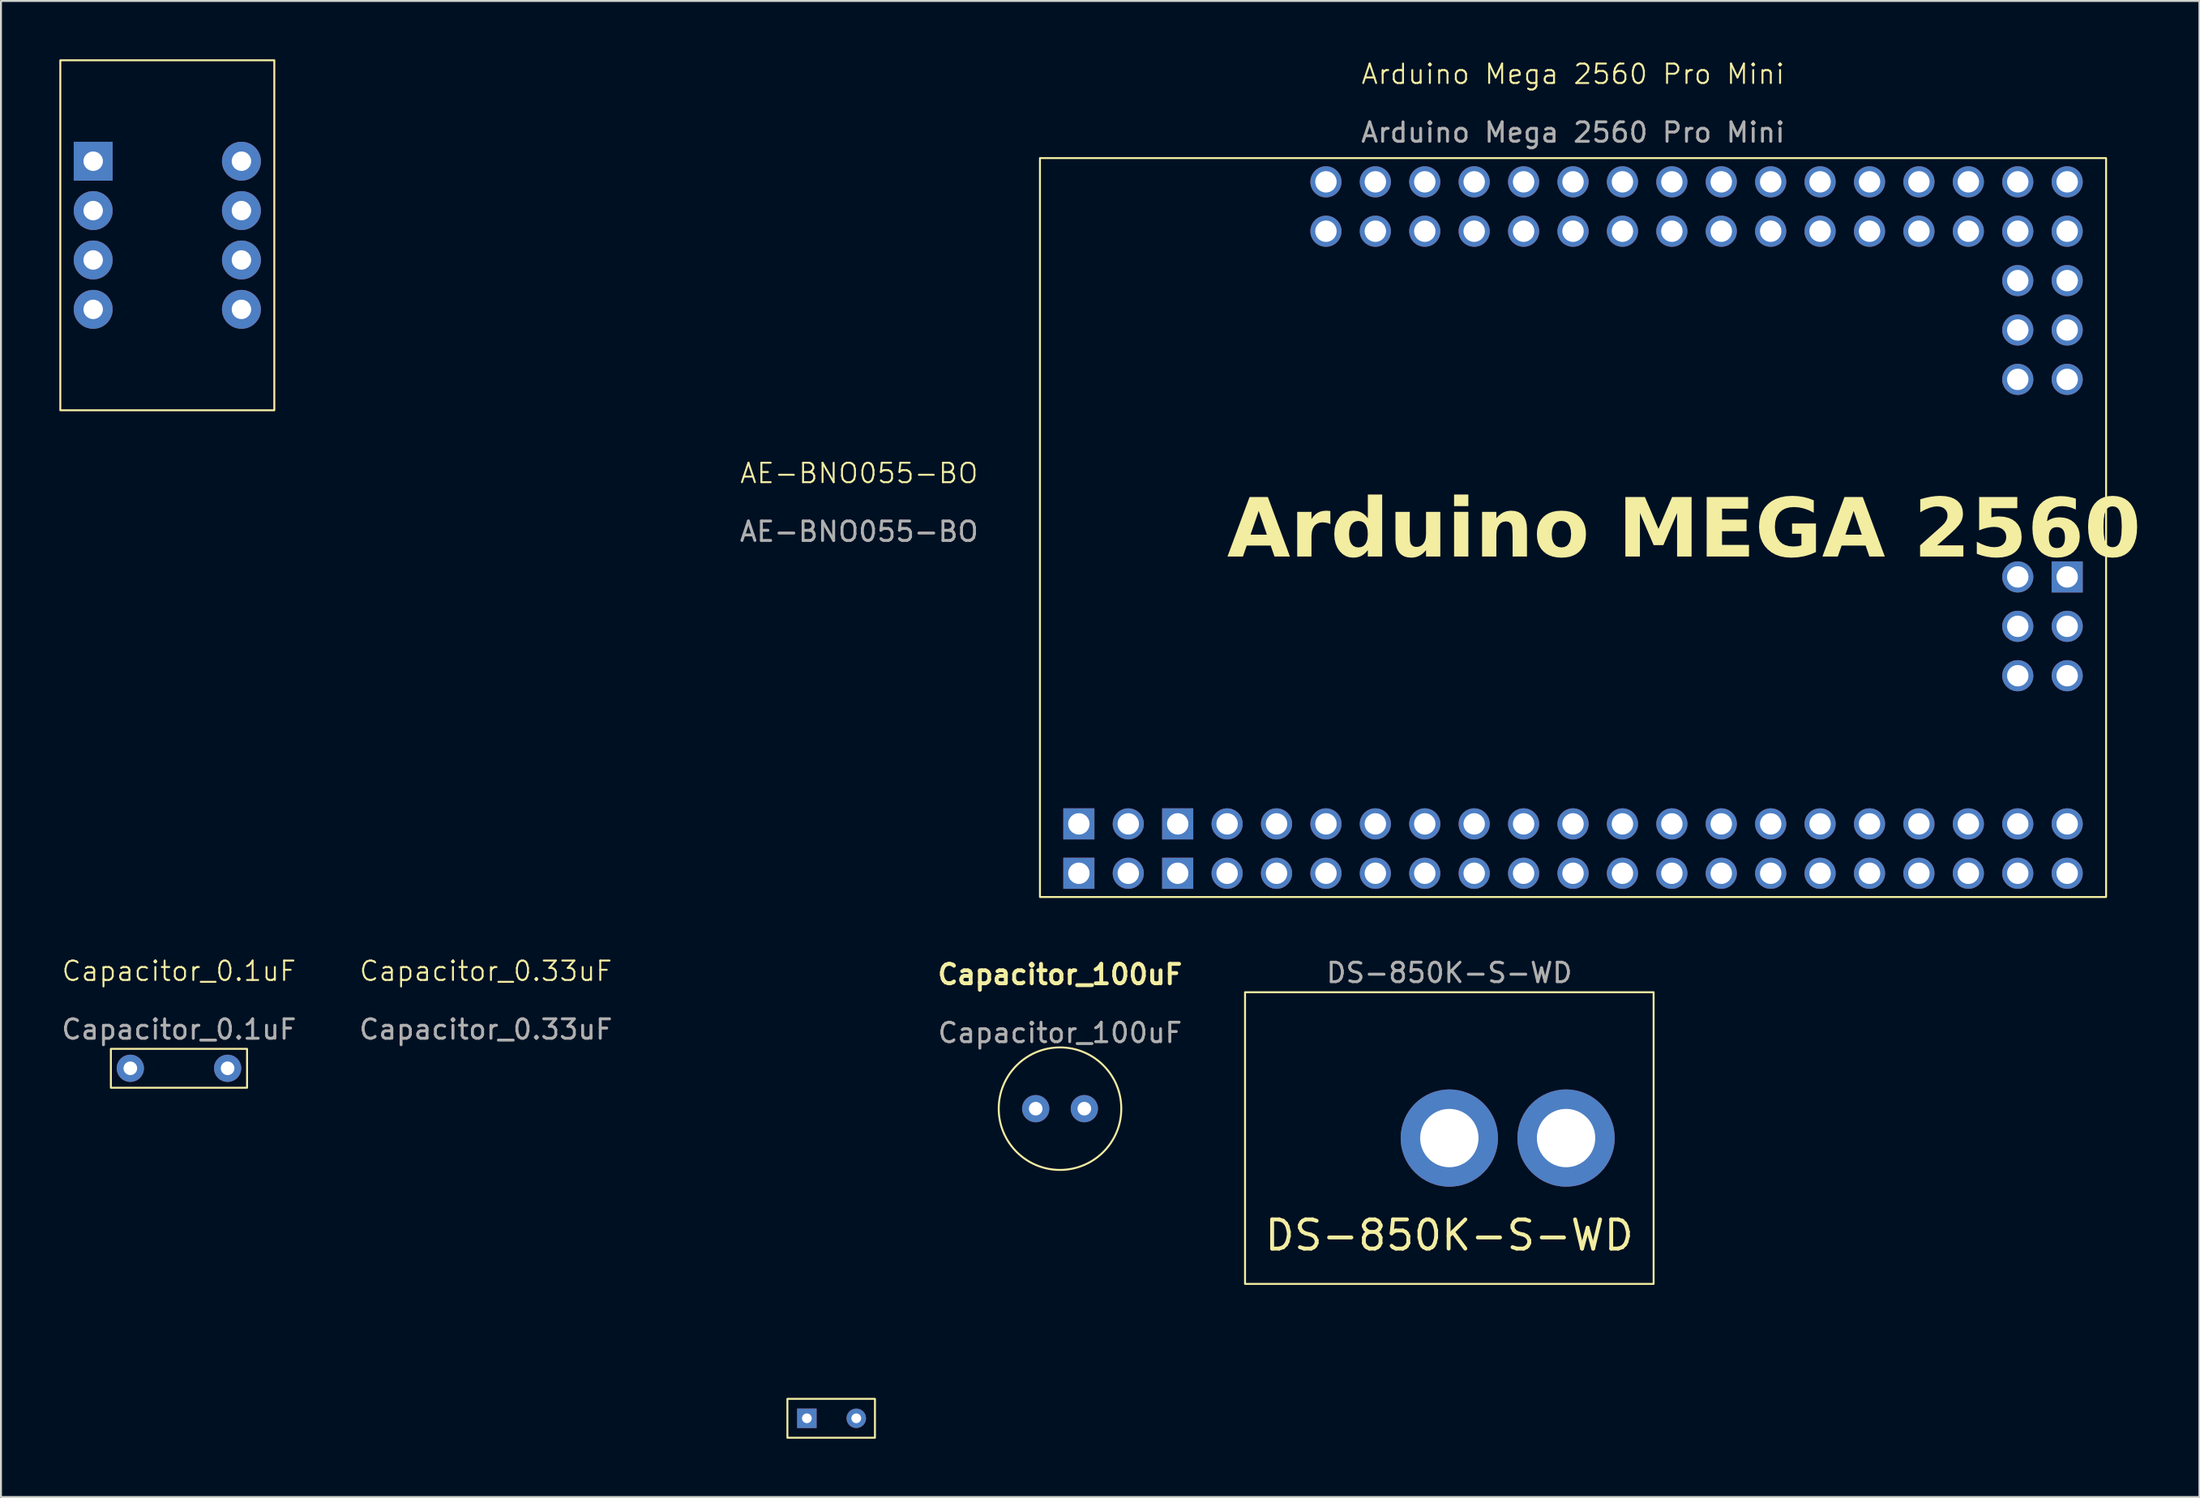
<source format=kicad_pcb>
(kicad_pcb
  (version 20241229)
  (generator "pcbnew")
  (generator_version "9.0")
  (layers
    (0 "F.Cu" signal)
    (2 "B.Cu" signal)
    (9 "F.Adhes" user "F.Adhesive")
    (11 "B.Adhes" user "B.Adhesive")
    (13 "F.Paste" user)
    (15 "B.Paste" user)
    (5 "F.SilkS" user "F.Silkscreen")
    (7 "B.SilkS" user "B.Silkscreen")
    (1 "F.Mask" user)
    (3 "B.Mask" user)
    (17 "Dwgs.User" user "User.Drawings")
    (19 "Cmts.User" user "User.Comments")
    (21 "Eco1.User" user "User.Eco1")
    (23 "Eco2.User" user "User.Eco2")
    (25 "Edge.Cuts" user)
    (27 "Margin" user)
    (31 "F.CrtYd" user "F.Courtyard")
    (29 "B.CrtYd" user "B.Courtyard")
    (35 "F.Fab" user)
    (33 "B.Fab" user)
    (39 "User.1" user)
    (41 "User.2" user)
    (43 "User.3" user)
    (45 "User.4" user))
  (footprint "AE-BNO055-BO"
    (layer "F.Cu")
    (at 5.55 9.05)
    (property "Reference" "AE-BNO055-BO" (at 35.56 12.24 0) (unlocked yes) (layer "F.SilkS") (effects (font (size 1 1) (thickness 0.1))))
    (attr through_hole)
    (fp_rect (start -5.5 9) (end 5.5 -9) (stroke (width 0.1) (type solid)) (fill no) (layer "F.SilkS"))
    (fp_text user "${REFERENCE}" (at 35.56 15.24 0) (unlocked yes) (layer "F.Fab") (effects (font (size 1 1) (thickness 0.15))))
    (pad "1" thru_hole rect (at -3.81 -3.81) (size 2 2) (drill 1) (layers "*.Cu" "*.Mask"))
    (pad "2" thru_hole circle (at -3.81 -1.27) (size 2 2) (drill 1) (layers "*.Cu" "*.Mask"))
    (pad "3" thru_hole circle (at -3.81 1.27) (size 2 2) (drill 1) (layers "*.Cu" "*.Mask"))
    (pad "4" thru_hole circle (at -3.81 3.81) (size 2 2) (drill 1) (layers "*.Cu" "*.Mask"))
    (pad "5" thru_hole circle (at 3.81 3.81) (size 2 2) (drill 1) (layers "*.Cu" "*.Mask"))
    (pad "6" thru_hole circle (at 3.81 1.27) (size 2 2) (drill 1) (layers "*.Cu" "*.Mask"))
    (pad "7" thru_hole circle (at 3.81 -1.27) (size 2 2) (drill 1) (layers "*.Cu" "*.Mask"))
    (pad "8" thru_hole circle (at 3.81 -3.81) (size 2 2) (drill 1) (layers "*.Cu" "*.Mask")))
  (footprint "DS-850K-S-WD"
    (layer "F.Cu")
    (at 71.446 55.479)
    (property "Reference" "DS-850K-S-WD" (at 0 5 0) (unlocked yes) (layer "F.SilkS") (effects (font (size 1.5 1.5) (thickness 0.2) (bold yes))))
    (attr through_hole)
    (fp_rect (start -10.5 7.5) (end 10.5 -7.5) (stroke (width 0.1) (type default)) (fill no) (layer "F.SilkS"))
    (fp_text user "${REFERENCE}" (at 0 -8.5 0) (unlocked yes) (layer "F.Fab") (effects (font (size 1 1) (thickness 0.15))))
    (pad "1" thru_hole circle (at 0 0) (size 5 5) (drill 3) (layers "*.Cu" "*.Mask"))
    (pad "2" thru_hole circle (at 6 0) (size 5 5) (drill 3) (layers "*.Cu" "*.Mask")))
  (footprint "Arduino Mega 2560 Pro Mini"
    (layer "F.Cu")
    (at 77.804 24.081)
    (property "Reference" "Arduino Mega 2560 Pro Mini" (at 0 -23.32 0) (unlocked yes) (layer "F.SilkS") (effects (font (size 1 1) (thickness 0.1))))
    (attr through_hole)
    (fp_rect (start -27.4 19) (end 27.4 -19) (stroke (width 0.1) (type default)) (fill no) (layer "F.SilkS"))
    (fp_text user "Arduino MEGA 2560" (at -17.78 2 0) (unlocked yes) (layer "F.SilkS") (effects (font (face "Calibri") (size 3 3) (thickness 0.2) (bold yes)) (justify left bottom)))
    (fp_text user "${REFERENCE}" (at 0 -20.32 0) (unlocked yes) (layer "F.Fab") (effects (font (size 1 1) (thickness 0.15))))
    (pad "1" thru_hole circle (at -7.62 15.24) (size 1.6 1.6) (drill 1.1) (layers "*.Cu" "*.Mask"))
    (pad "2" thru_hole circle (at -12.7 15.24) (size 1.6 1.6) (drill 1.1) (layers "*.Cu" "*.Mask"))
    (pad "3" thru_hole circle (at -12.7 17.78) (size 1.6 1.6) (drill 1.1) (layers "*.Cu" "*.Mask"))
    (pad "5" thru_hole circle (at -7.62 17.78) (size 1.6 1.6) (drill 1.1) (layers "*.Cu" "*.Mask"))
    (pad "6" thru_hole circle (at -10.16 15.24) (size 1.6 1.6) (drill 1.1) (layers "*.Cu" "*.Mask"))
    (pad "7" thru_hole circle (at -10.16 17.78) (size 1.6 1.6) (drill 1.1) (layers "*.Cu" "*.Mask"))
    (pad "12" thru_hole circle (at 7.62 17.78) (size 1.6 1.6) (drill 1.1) (layers "*.Cu" "*.Mask"))
    (pad "13" thru_hole circle (at 7.62 15.24) (size 1.6 1.6) (drill 1.1) (layers "*.Cu" "*.Mask"))
    (pad "15" thru_hole circle (at -5.08 15.24) (size 1.6 1.6) (drill 1.1) (layers "*.Cu" "*.Mask"))
    (pad "16" thru_hole circle (at -5.08 17.78) (size 1.6 1.6) (drill 1.1) (layers "*.Cu" "*.Mask"))
    (pad "17" thru_hole circle (at -2.54 15.24) (size 1.6 1.6) (drill 1.1) (layers "*.Cu" "*.Mask"))
    (pad "18" thru_hole circle (at -2.54 17.78) (size 1.6 1.6) (drill 1.1) (layers "*.Cu" "*.Mask"))
    (pad "19" thru_hole circle (at 22.86 -7.62 90) (size 1.6 1.6) (drill 1.1) (layers "*.Cu" "*.Mask"))
    (pad "20" thru_hole circle (at 22.86 5.08) (size 1.6 1.6) (drill 1.1) (layers "*.Cu" "*.Mask"))
    (pad "20" thru_hole circle (at 25.4 -7.62 90) (size 1.6 1.6) (drill 1.1) (layers "*.Cu" "*.Mask"))
    (pad "21" thru_hole circle (at 22.86 -10.16 90) (size 1.6 1.6) (drill 1.1) (layers "*.Cu" "*.Mask"))
    (pad "21" thru_hole circle (at 25.4 5.08) (size 1.6 1.6) (drill 1.1) (layers "*.Cu" "*.Mask"))
    (pad "22" thru_hole circle (at 22.86 2.54) (size 1.6 1.6) (drill 1.1) (layers "*.Cu" "*.Mask"))
    (pad "22" thru_hole circle (at 25.4 -10.16 90) (size 1.6 1.6) (drill 1.1) (layers "*.Cu" "*.Mask"))
    (pad "23" thru_hole circle (at 0 15.24) (size 1.6 1.6) (drill 1.1) (layers "*.Cu" "*.Mask"))
    (pad "24" thru_hole circle (at 0 17.78) (size 1.6 1.6) (drill 1.1) (layers "*.Cu" "*.Mask"))
    (pad "25" thru_hole circle (at 2.54 15.24) (size 1.6 1.6) (drill 1.1) (layers "*.Cu" "*.Mask"))
    (pad "26" thru_hole circle (at 2.54 17.78) (size 1.6 1.6) (drill 1.1) (layers "*.Cu" "*.Mask"))
    (pad "30" thru_hole circle (at 22.86 7.62) (size 1.6 1.6) (drill 1.1) (layers "*.Cu" "*.Mask"))
    (pad "35" thru_hole circle (at 22.86 -12.7 90) (size 1.6 1.6) (drill 1.1) (layers "*.Cu" "*.Mask"))
    (pad "36" thru_hole circle (at 25.4 -12.7 90) (size 1.6 1.6) (drill 1.1) (layers "*.Cu" "*.Mask"))
    (pad "37" thru_hole circle (at 25.4 -15.24) (size 1.6 1.6) (drill 1.1) (layers "*.Cu" "*.Mask"))
    (pad "38" thru_hole circle (at 25.4 -17.78) (size 1.6 1.6) (drill 1.1) (layers "*.Cu" "*.Mask"))
    (pad "39" thru_hole circle (at 22.86 -15.24) (size 1.6 1.6) (drill 1.1) (layers "*.Cu" "*.Mask"))
    (pad "40" thru_hole circle (at 22.86 -17.78) (size 1.6 1.6) (drill 1.1) (layers "*.Cu" "*.Mask"))
    (pad "41" thru_hole circle (at 20.32 -15.24) (size 1.6 1.6) (drill 1.1) (layers "*.Cu" "*.Mask"))
    (pad "42" thru_hole circle (at 20.32 -17.78) (size 1.6 1.6) (drill 1.1) (layers "*.Cu" "*.Mask"))
    (pad "43" thru_hole circle (at 12.7 17.78) (size 1.6 1.6) (drill 1.1) (layers "*.Cu" "*.Mask"))
    (pad "44" thru_hole circle (at 12.7 15.24) (size 1.6 1.6) (drill 1.1) (layers "*.Cu" "*.Mask"))
    (pad "45" thru_hole circle (at 10.16 17.78) (size 1.6 1.6) (drill 1.1) (layers "*.Cu" "*.Mask"))
    (pad "46" thru_hole circle (at 10.16 15.24) (size 1.6 1.6) (drill 1.1) (layers "*.Cu" "*.Mask"))
    (pad "50" thru_hole circle (at 15.24 -17.78) (size 1.6 1.6) (drill 1.1) (layers "*.Cu" "*.Mask"))
    (pad "51" thru_hole circle (at 17.78 -15.24) (size 1.6 1.6) (drill 1.1) (layers "*.Cu" "*.Mask"))
    (pad "52" thru_hole circle (at 17.78 -17.78) (size 1.6 1.6) (drill 1.1) (layers "*.Cu" "*.Mask"))
    (pad "53" thru_hole circle (at 12.7 -15.24) (size 1.6 1.6) (drill 1.1) (layers "*.Cu" "*.Mask"))
    (pad "54" thru_hole circle (at 12.7 -17.78) (size 1.6 1.6) (drill 1.1) (layers "*.Cu" "*.Mask"))
    (pad "55" thru_hole circle (at 10.16 -15.24) (size 1.6 1.6) (drill 1.1) (layers "*.Cu" "*.Mask"))
    (pad "56" thru_hole circle (at 10.16 -17.78) (size 1.6 1.6) (drill 1.1) (layers "*.Cu" "*.Mask"))
    (pad "57" thru_hole circle (at 7.62 -15.24) (size 1.6 1.6) (drill 1.1) (layers "*.Cu" "*.Mask"))
    (pad "58" thru_hole circle (at 7.62 -17.78) (size 1.6 1.6) (drill 1.1) (layers "*.Cu" "*.Mask"))
    (pad "59" thru_hole circle (at 25.4 17.78) (size 1.6 1.6) (drill 1.1) (layers "*.Cu" "*.Mask"))
    (pad "60" thru_hole circle (at 25.4 15.24) (size 1.6 1.6) (drill 1.1) (layers "*.Cu" "*.Mask"))
    (pad "63" thru_hole circle (at 5.08 17.78) (size 1.6 1.6) (drill 1.1) (layers "*.Cu" "*.Mask"))
    (pad "64" thru_hole circle (at 5.08 15.24) (size 1.6 1.6) (drill 1.1) (layers "*.Cu" "*.Mask"))
    (pad "70" thru_hole circle (at 15.24 -15.24) (size 1.6 1.6) (drill 1.1) (layers "*.Cu" "*.Mask"))
    (pad "71" thru_hole circle (at 22.86 17.78) (size 1.6 1.6) (drill 1.1) (layers "*.Cu" "*.Mask"))
    (pad "72" thru_hole circle (at 22.86 15.24) (size 1.6 1.6) (drill 1.1) (layers "*.Cu" "*.Mask"))
    (pad "73" thru_hole circle (at 20.32 17.78) (size 1.6 1.6) (drill 1.1) (layers "*.Cu" "*.Mask"))
    (pad "74" thru_hole circle (at 20.32 15.24) (size 1.6 1.6) (drill 1.1) (layers "*.Cu" "*.Mask"))
    (pad "75" thru_hole circle (at 17.78 17.78) (size 1.6 1.6) (drill 1.1) (layers "*.Cu" "*.Mask"))
    (pad "76" thru_hole circle (at 17.78 15.24) (size 1.6 1.6) (drill 1.1) (layers "*.Cu" "*.Mask"))
    (pad "77" thru_hole circle (at 15.24 17.78) (size 1.6 1.6) (drill 1.1) (layers "*.Cu" "*.Mask"))
    (pad "78" thru_hole circle (at 15.24 15.24) (size 1.6 1.6) (drill 1.1) (layers "*.Cu" "*.Mask"))
    (pad "82" thru_hole circle (at 5.08 -15.24) (size 1.6 1.6) (drill 1.1) (layers "*.Cu" "*.Mask"))
    (pad "83" thru_hole circle (at 5.08 -17.78) (size 1.6 1.6) (drill 1.1) (layers "*.Cu" "*.Mask"))
    (pad "84" thru_hole circle (at 2.54 -15.24) (size 1.6 1.6) (drill 1.1) (layers "*.Cu" "*.Mask"))
    (pad "85" thru_hole circle (at 2.54 -17.78) (size 1.6 1.6) (drill 1.1) (layers "*.Cu" "*.Mask"))
    (pad "86" thru_hole circle (at 0 -15.24) (size 1.6 1.6) (drill 1.1) (layers "*.Cu" "*.Mask"))
    (pad "87" thru_hole circle (at 0 -17.78) (size 1.6 1.6) (drill 1.1) (layers "*.Cu" "*.Mask"))
    (pad "88" thru_hole circle (at -2.54 -15.24) (size 1.6 1.6) (drill 1.1) (layers "*.Cu" "*.Mask"))
    (pad "89" thru_hole circle (at -2.54 -17.78) (size 1.6 1.6) (drill 1.1) (layers "*.Cu" "*.Mask"))
    (pad "90" thru_hole circle (at -5.08 -15.24) (size 1.6 1.6) (drill 1.1) (layers "*.Cu" "*.Mask"))
    (pad "91" thru_hole circle (at -5.08 -17.78) (size 1.6 1.6) (drill 1.1) (layers "*.Cu" "*.Mask"))
    (pad "92" thru_hole circle (at -7.62 -15.24) (size 1.6 1.6) (drill 1.1) (layers "*.Cu" "*.Mask"))
    (pad "93" thru_hole circle (at -7.62 -17.78) (size 1.6 1.6) (drill 1.1) (layers "*.Cu" "*.Mask"))
    (pad "94" thru_hole circle (at -10.16 -15.24) (size 1.6 1.6) (drill 1.1) (layers "*.Cu" "*.Mask"))
    (pad "95" thru_hole circle (at -10.16 -17.78) (size 1.6 1.6) (drill 1.1) (layers "*.Cu" "*.Mask"))
    (pad "96" thru_hole circle (at -12.7 -15.24) (size 1.6 1.6) (drill 1.1) (layers "*.Cu" "*.Mask"))
    (pad "97" thru_hole circle (at -12.7 -17.78) (size 1.6 1.6) (drill 1.1) (layers "*.Cu" "*.Mask"))
    (pad "100" thru_hole rect (at -25.4 17.78) (size 1.6 1.6) (drill 1.1) (layers "*.Cu" "*.Mask"))
    (pad "101" thru_hole circle (at -22.86 17.78) (size 1.6 1.6) (drill 1.1) (layers "*.Cu" "*.Mask"))
    (pad "102" thru_hole rect (at -20.32 17.78) (size 1.6 1.6) (drill 1.1) (layers "*.Cu" "*.Mask"))
    (pad "103" thru_hole circle (at -17.78 17.78) (size 1.6 1.6) (drill 1.1) (layers "*.Cu" "*.Mask"))
    (pad "104" thru_hole circle (at -15.24 17.78) (size 1.6 1.6) (drill 1.1) (layers "*.Cu" "*.Mask"))
    (pad "105" thru_hole rect (at -25.4 15.24) (size 1.6 1.6) (drill 1.1) (layers "*.Cu" "*.Mask"))
    (pad "106" thru_hole circle (at -22.86 15.24) (size 1.6 1.6) (drill 1.1) (layers "*.Cu" "*.Mask"))
    (pad "107" thru_hole rect (at -20.32 15.24) (size 1.6 1.6) (drill 1.1) (layers "*.Cu" "*.Mask"))
    (pad "108" thru_hole circle (at -17.78 15.24) (size 1.6 1.6) (drill 1.1) (layers "*.Cu" "*.Mask"))
    (pad "109" thru_hole circle (at -15.24 15.24) (size 1.6 1.6) (drill 1.1) (layers "*.Cu" "*.Mask"))
    (pad "110" thru_hole circle (at 25.4 7.62) (size 1.6 1.6) (drill 1.1) (layers "*.Cu" "*.Mask"))
    (pad "111" thru_hole rect (at 25.4 2.54) (size 1.6 1.6) (drill 1.1) (layers "*.Cu" "*.Mask")))
  (footprint "Capacitor_100uF"
    (layer "F.Cu")
    (at 51.435 53.967)
    (property "Reference" "Capacitor_100uF" (at 0 -6.9 0) (unlocked yes) (layer "F.SilkS") (effects (font (size 1 1) (thickness 0.2) (bold yes))))
    (attr through_hole)
    (fp_circle (center 0 0) (end 3.15 0) (stroke (width 0.1) (type default)) (fill no) (layer "F.SilkS"))
    (fp_text user "${REFERENCE}" (at 0 -3.9 0) (unlocked yes) (layer "F.Fab") (effects (font (size 1 1) (thickness 0.15))))
    (pad "1" thru_hole circle (at -1.25 0) (size 1.4 1.4) (drill 0.7) (layers "*.Cu" "*.Mask"))
    (pad "2" thru_hole circle (at 1.25 0) (size 1.4 1.4) (drill 0.7) (layers "*.Cu" "*.Mask")))
  (footprint "Capacitor_0.33uF"
    (layer "F.Cu")
    (at 38.423 69.891)
    (property "Reference" "Capacitor_0.33uF" (at -16.5 -23 0) (unlocked yes) (layer "F.SilkS") (effects (font (size 1 1) (thickness 0.1))))
    (attr through_hole)
    (fp_rect (start -1 1) (end 3.5 -1) (stroke (width 0.1) (type default)) (fill no) (layer "F.SilkS"))
    (fp_text user "${REFERENCE}" (at -16.5 -20 0) (unlocked yes) (layer "F.Fab") (effects (font (size 1 1) (thickness 0.15))))
    (pad "1" thru_hole rect (at 0 0 90) (size 1 1) (drill 0.5) (layers "*.Cu" "*.Mask"))
    (pad "2" thru_hole circle (at 2.54 0 90) (size 1 1) (drill 0.5) (layers "*.Cu" "*.Mask")))
  (footprint "Capacitor_0.1uF"
    (layer "F.Cu")
    (at 6.149 51.891)
    (property "Reference" "Capacitor_0.1uF" (at 0 -5 0) (unlocked yes) (layer "F.SilkS") (effects (font (size 1 1) (thickness 0.1))))
    (attr through_hole)
    (fp_rect (start -3.5 -1) (end 3.5 1) (stroke (width 0.1) (type default)) (fill no) (layer "F.SilkS"))
    (fp_text user "${REFERENCE}" (at 0 -2 0) (unlocked yes) (layer "F.Fab") (effects (font (size 1 1) (thickness 0.15))))
    (pad "1" thru_hole circle (at -2.5 0) (size 1.4 1.4) (drill 0.7) (layers "*.Cu" "*.Mask"))
    (pad "2" thru_hole circle (at 2.5 0) (size 1.4 1.4) (drill 0.7) (layers "*.Cu" "*.Mask")))
  (gr_rect
    (start -3 -3)
    (end 110.001 73.941)
    (stroke (width 0.1) (type default))
    (fill no)
    (layer "Edge.Cuts")))
</source>
